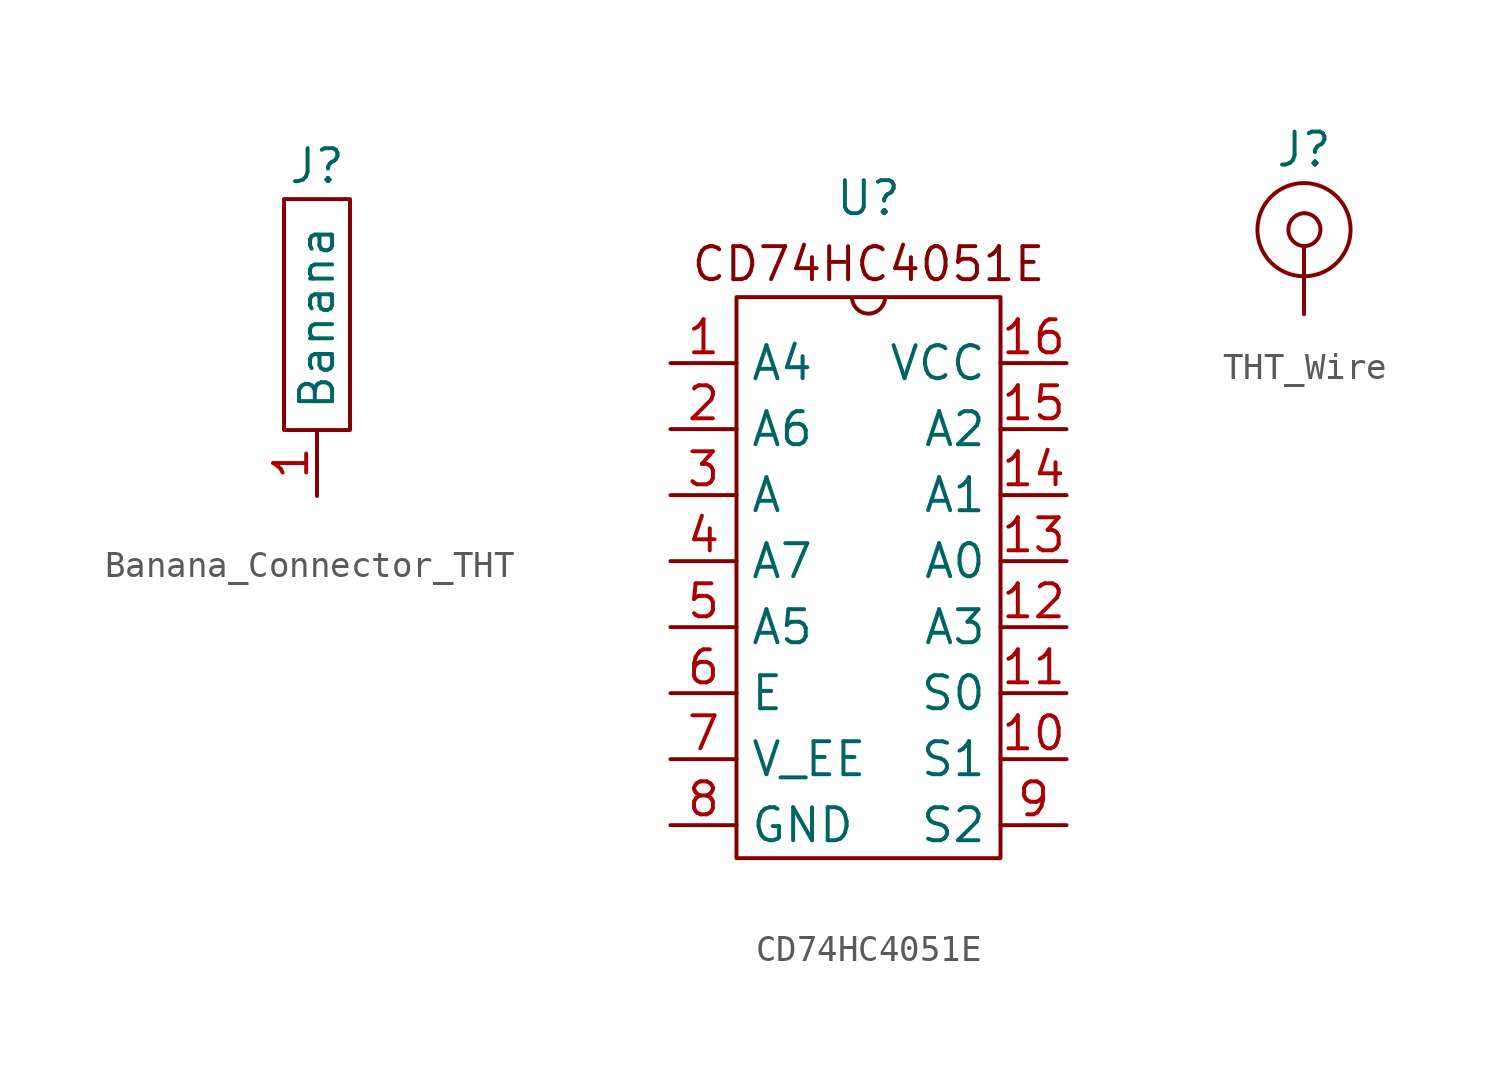
<source format=kicad_sym>
(kicad_symbol_lib
  (version 20231120)
  (generator "kicad_symbol_editor")
  (generator_version "8.0")
  (symbol "Banana_Connector_THT"
    (property "Reference" "J"
      (at 0 5.08 0)
      (effects (font (size 1.27 1.27))))
    (property "Value" "Banana"
      (at 0 -0.762 90)
      (effects (font (size 1.27 1.27))))
    (symbol "Banana_Connector_THT_0_1"
      (rectangle (start -1.27 3.81) (end 1.27 -5.08) (stroke (width 0) (type default)) (fill (type none))))
    (symbol "Banana_Connector_THT_1_1"
      (pin output line (at 0 -7.62 90) (length 2.54) (name "" (effects (font (size 1.27 1.27)))) (number "1" (effects (font (size 1.27 1.27)))))))
  (symbol "CD74HC4051E"
    (property "Reference" "U"
      (at 0 8.89 0)
      (effects (font (size 1.27 1.27))))
    (property "Value" ""
      (at 0 0 0)
      (effects (font (size 1.27 1.27))))
    (symbol "CD74HC4051E_0_1"
      (rectangle (start -5.08 5.08) (end 5.08 -16.51) (stroke (width 0) (type default)) (fill (type none)))
      (arc (start -0.635 5.0575) (mid 0 4.4446) (end 0.635 5.0575) (stroke (width 0) (type default)) (fill (type none))))
    (symbol "CD74HC4051E_1_1"
      (text "CD74HC4051E" (at 0 6.35 0) (effects (font (size 1.27 1.27))))
      (pin bidirectional line (at -7.62 2.54 0) (length 2.54) (name "A4" (effects (font (size 1.27 1.27)))) (number "1" (effects (font (size 1.27 1.27)))))
      (pin input line (at 7.62 -12.7 180) (length 2.54) (name "S1" (effects (font (size 1.27 1.27)))) (number "10" (effects (font (size 1.27 1.27)))))
      (pin input line (at 7.62 -10.16 180) (length 2.54) (name "S0" (effects (font (size 1.27 1.27)))) (number "11" (effects (font (size 1.27 1.27)))))
      (pin bidirectional line (at 7.62 -7.62 180) (length 2.54) (name "A3" (effects (font (size 1.27 1.27)))) (number "12" (effects (font (size 1.27 1.27)))))
      (pin bidirectional line (at 7.62 -5.08 180) (length 2.54) (name "A0" (effects (font (size 1.27 1.27)))) (number "13" (effects (font (size 1.27 1.27)))))
      (pin bidirectional line (at 7.62 -2.54 180) (length 2.54) (name "A1" (effects (font (size 1.27 1.27)))) (number "14" (effects (font (size 1.27 1.27)))))
      (pin bidirectional line (at 7.62 0 180) (length 2.54) (name "A2" (effects (font (size 1.27 1.27)))) (number "15" (effects (font (size 1.27 1.27)))))
      (pin power_in line (at 7.62 2.54 180) (length 2.54) (name "VCC" (effects (font (size 1.27 1.27)))) (number "16" (effects (font (size 1.27 1.27)))))
      (pin bidirectional line (at -7.62 0 0) (length 2.54) (name "A6" (effects (font (size 1.27 1.27)))) (number "2" (effects (font (size 1.27 1.27)))))
      (pin bidirectional line (at -7.62 -2.54 0) (length 2.54) (name "A" (effects (font (size 1.27 1.27)))) (number "3" (effects (font (size 1.27 1.27)))))
      (pin bidirectional line (at -7.62 -5.08 0) (length 2.54) (name "A7" (effects (font (size 1.27 1.27)))) (number "4" (effects (font (size 1.27 1.27)))))
      (pin bidirectional line (at -7.62 -7.62 0) (length 2.54) (name "A5" (effects (font (size 1.27 1.27)))) (number "5" (effects (font (size 1.27 1.27)))))
      (pin input line (at -7.62 -10.16 0) (length 2.54) (name "E" (effects (font (size 1.27 1.27)))) (number "6" (effects (font (size 1.27 1.27)))))
      (pin power_in line (at -7.62 -12.7 0) (length 2.54) (name "V_EE" (effects (font (size 1.27 1.27)))) (number "7" (effects (font (size 1.27 1.27)))))
      (pin power_out line (at -7.62 -15.24 0) (length 2.54) (name "GND" (effects (font (size 1.27 1.27)))) (number "8" (effects (font (size 1.27 1.27)))))
      (pin input line (at 7.62 -15.24 180) (length 2.54) (name "S2" (effects (font (size 1.27 1.27)))) (number "9" (effects (font (size 1.27 1.27)))))))
  (symbol "THT_Wire"
    (pin_names
      (offset 0))
    (property "Reference" "J"
      (at 0 3.81 0)
      (effects (font (size 1.27 1.27))))
    (property "Value" ""
      (at 0 3.26 0)
      (effects (font (size 1.27 1.27))))
    (symbol "THT_Wire_0_1"
      (circle (center 0 0.72) (radius 1.796) (stroke (width 0) (type default)) (fill (type none)))
      (arc (start 0.0113 0.085) (mid 0.6351 0.72) (end 0.0113 1.355) (stroke (width 0) (type default)) (fill (type none)))
      (arc (start 0.0225 1.355) (mid -0.6013 0.72) (end 0.0225 0.085) (stroke (width 0) (type default)) (fill (type none))))
    (symbol "THT_Wire_1_1"
      (pin bidirectional line (at 0 -2.54 90) (length 2.54) (name "" (effects (font (size 1.27 1.27)))) (number "" (effects (font (size 1.27 1.27))))))))
</source>
